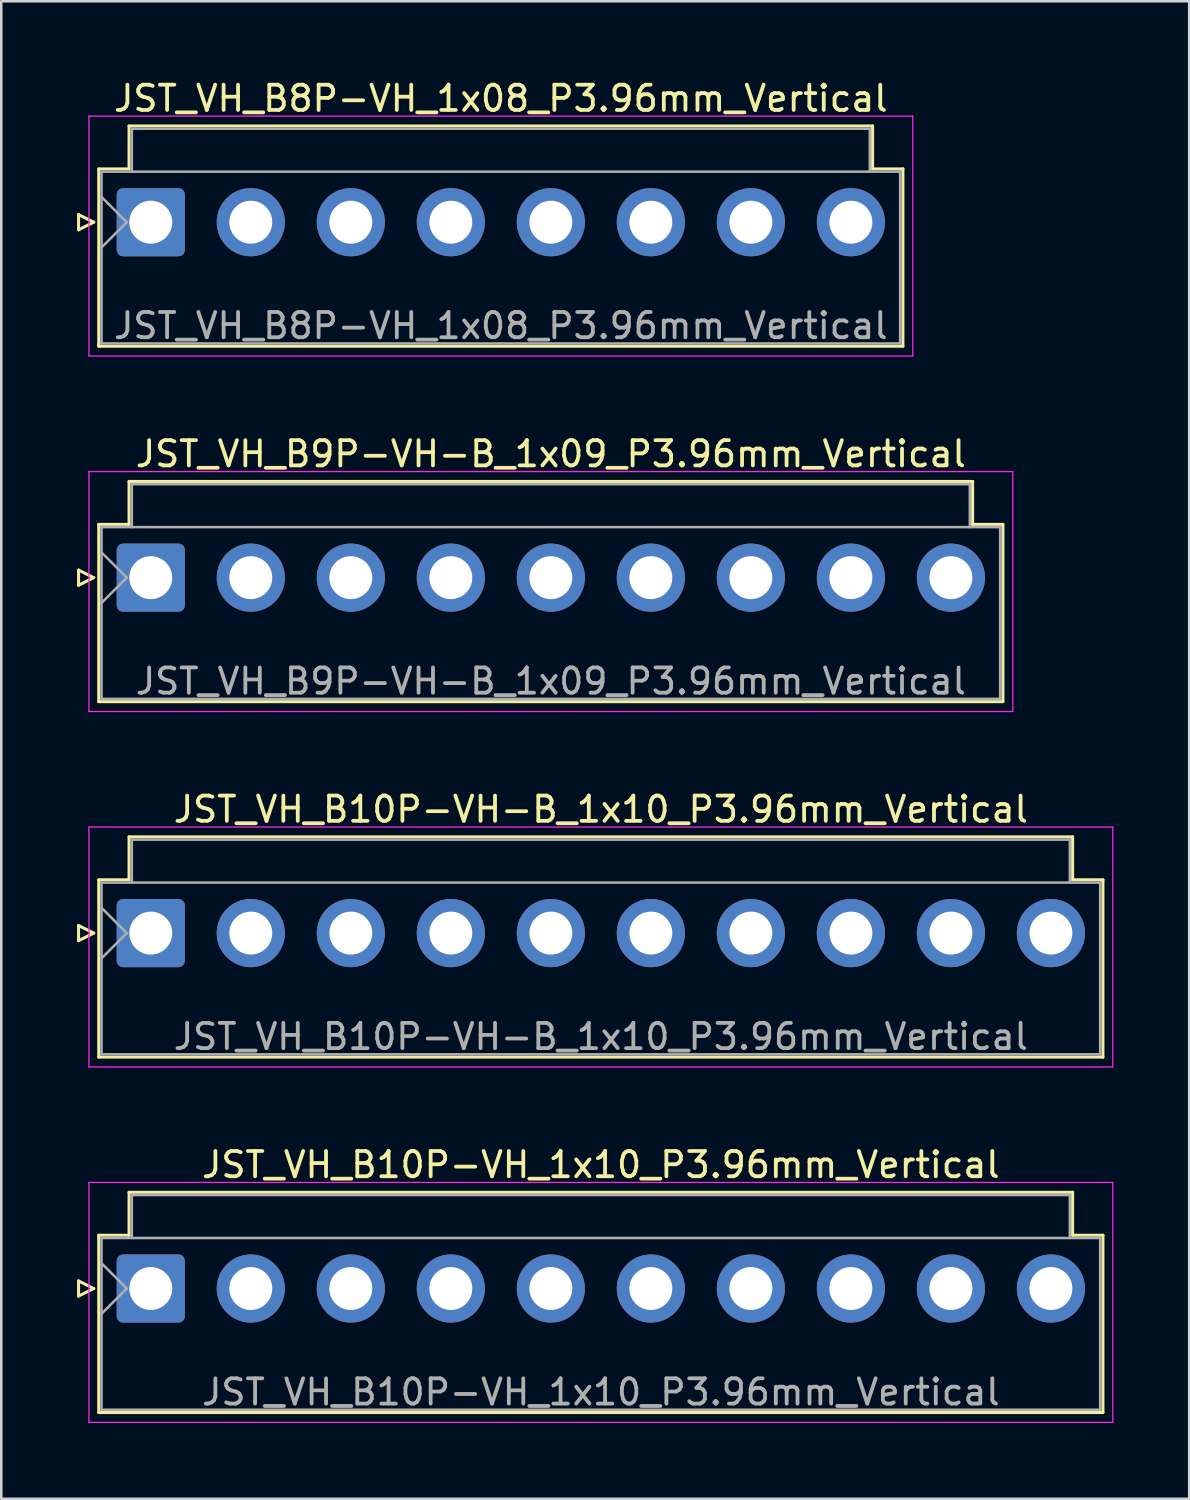
<source format=kicad_pcb>
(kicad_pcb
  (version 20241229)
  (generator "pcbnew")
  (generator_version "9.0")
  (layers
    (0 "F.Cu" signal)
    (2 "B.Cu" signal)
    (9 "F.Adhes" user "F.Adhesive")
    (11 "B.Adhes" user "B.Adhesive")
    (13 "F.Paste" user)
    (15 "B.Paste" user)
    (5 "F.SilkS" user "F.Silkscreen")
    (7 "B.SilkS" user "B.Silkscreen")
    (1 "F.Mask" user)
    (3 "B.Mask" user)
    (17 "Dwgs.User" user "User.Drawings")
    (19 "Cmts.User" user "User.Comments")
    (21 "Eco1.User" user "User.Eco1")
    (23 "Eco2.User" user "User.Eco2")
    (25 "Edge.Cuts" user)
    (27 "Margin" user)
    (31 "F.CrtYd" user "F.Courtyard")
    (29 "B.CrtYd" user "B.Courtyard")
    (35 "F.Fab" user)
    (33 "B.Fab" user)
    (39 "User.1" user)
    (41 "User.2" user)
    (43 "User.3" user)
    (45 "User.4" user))
  (footprint "JST_VH_B10P-VH_1x10_P3.96mm_Vertical"
    (layer "F.Cu")
    (at 2.92 47.968)
    (property "Reference" "JST_VH_B10P-VH_1x10_P3.96mm_Vertical" (at 17.82 -4.9 0) (layer "F.SilkS") (effects (font (size 1 1) (thickness 0.15))))
    (attr through_hole)
    (fp_line (start -2.86 -0.3) (end -2.26 0) (stroke (width 0.12) (type solid)) (layer "F.SilkS"))
    (fp_line (start -2.86 0.3) (end -2.86 -0.3) (stroke (width 0.12) (type solid)) (layer "F.SilkS"))
    (fp_line (start -2.26 0) (end -2.86 0.3) (stroke (width 0.12) (type solid)) (layer "F.SilkS"))
    (fp_line (start -2.06 -2.11) (end -0.86 -2.11) (stroke (width 0.12) (type solid)) (layer "F.SilkS"))
    (fp_line (start -2.06 4.91) (end -2.06 -2.11) (stroke (width 0.12) (type solid)) (layer "F.SilkS"))
    (fp_line (start -0.86 -3.81) (end 36.5 -3.81) (stroke (width 0.12) (type solid)) (layer "F.SilkS"))
    (fp_line (start -0.86 -2.11) (end -0.86 -3.81) (stroke (width 0.12) (type solid)) (layer "F.SilkS"))
    (fp_line (start 36.5 -3.81) (end 36.5 -2.11) (stroke (width 0.12) (type solid)) (layer "F.SilkS"))
    (fp_line (start 36.5 -2.11) (end 37.7 -2.11) (stroke (width 0.12) (type solid)) (layer "F.SilkS"))
    (fp_line (start 37.7 -2.11) (end 37.7 4.91) (stroke (width 0.12) (type solid)) (layer "F.SilkS"))
    (fp_line (start 37.7 4.91) (end -2.06 4.91) (stroke (width 0.12) (type solid)) (layer "F.SilkS"))
    (fp_line (start -2.45 -4.2) (end -2.45 5.3) (stroke (width 0.05) (type solid)) (layer "F.CrtYd"))
    (fp_line (start -2.45 5.3) (end 38.09 5.3) (stroke (width 0.05) (type solid)) (layer "F.CrtYd"))
    (fp_line (start 38.09 -4.2) (end -2.45 -4.2) (stroke (width 0.05) (type solid)) (layer "F.CrtYd"))
    (fp_line (start 38.09 5.3) (end 38.09 -4.2) (stroke (width 0.05) (type solid)) (layer "F.CrtYd"))
    (fp_line (start -1.95 -2) (end -1.95 4.8) (stroke (width 0.1) (type solid)) (layer "F.Fab"))
    (fp_line (start -1.95 -1) (end -0.95 0) (stroke (width 0.1) (type solid)) (layer "F.Fab"))
    (fp_line (start -1.95 1) (end -0.95 0) (stroke (width 0.1) (type solid)) (layer "F.Fab"))
    (fp_line (start -1.95 4.8) (end 37.59 4.8) (stroke (width 0.1) (type solid)) (layer "F.Fab"))
    (fp_line (start -0.75 -3.7) (end 36.39 -3.7) (stroke (width 0.1) (type solid)) (layer "F.Fab"))
    (fp_line (start -0.75 -2) (end -0.75 -3.7) (stroke (width 0.1) (type solid)) (layer "F.Fab"))
    (fp_line (start 36.39 -3.7) (end 36.39 -2) (stroke (width 0.1) (type solid)) (layer "F.Fab"))
    (fp_line (start 37.59 -2) (end -1.95 -2) (stroke (width 0.1) (type solid)) (layer "F.Fab"))
    (fp_line (start 37.59 4.8) (end 37.59 -2) (stroke (width 0.1) (type solid)) (layer "F.Fab"))
    (fp_text user "${REFERENCE}" (at 17.82 4.1 0) (layer "F.Fab") (effects (font (size 1 1) (thickness 0.15))))
    (pad "1" thru_hole roundrect (at 0 0) (size 2.7 2.7) (drill 1.7) (layers "*.Cu" "*.Mask") (roundrect_rratio 0.093))
    (pad "2" thru_hole circle (at 3.96 0) (size 2.7 2.7) (drill 1.7) (layers "*.Cu" "*.Mask"))
    (pad "3" thru_hole circle (at 7.92 0) (size 2.7 2.7) (drill 1.7) (layers "*.Cu" "*.Mask"))
    (pad "4" thru_hole circle (at 11.88 0) (size 2.7 2.7) (drill 1.7) (layers "*.Cu" "*.Mask"))
    (pad "5" thru_hole circle (at 15.84 0) (size 2.7 2.7) (drill 1.7) (layers "*.Cu" "*.Mask"))
    (pad "6" thru_hole circle (at 19.8 0) (size 2.7 2.7) (drill 1.7) (layers "*.Cu" "*.Mask"))
    (pad "7" thru_hole circle (at 23.76 0) (size 2.7 2.7) (drill 1.7) (layers "*.Cu" "*.Mask"))
    (pad "8" thru_hole circle (at 27.72 0) (size 2.7 2.7) (drill 1.7) (layers "*.Cu" "*.Mask"))
    (pad "9" thru_hole circle (at 31.68 0) (size 2.7 2.7) (drill 1.7) (layers "*.Cu" "*.Mask"))
    (pad "10" thru_hole circle (at 35.64 0) (size 2.7 2.7) (drill 1.7) (layers "*.Cu" "*.Mask")))
  (footprint "JST_VH_B9P-VH-B_1x09_P3.96mm_Vertical"
    (layer "F.Cu")
    (at 2.92 19.822)
    (property "Reference" "JST_VH_B9P-VH-B_1x09_P3.96mm_Vertical" (at 15.84 -4.9 0) (layer "F.SilkS") (effects (font (size 1 1) (thickness 0.15))))
    (attr through_hole)
    (fp_line (start -2.86 -0.3) (end -2.26 0) (stroke (width 0.12) (type solid)) (layer "F.SilkS"))
    (fp_line (start -2.86 0.3) (end -2.86 -0.3) (stroke (width 0.12) (type solid)) (layer "F.SilkS"))
    (fp_line (start -2.26 0) (end -2.86 0.3) (stroke (width 0.12) (type solid)) (layer "F.SilkS"))
    (fp_line (start -2.06 -2.11) (end -0.86 -2.11) (stroke (width 0.12) (type solid)) (layer "F.SilkS"))
    (fp_line (start -2.06 4.91) (end -2.06 -2.11) (stroke (width 0.12) (type solid)) (layer "F.SilkS"))
    (fp_line (start -0.86 -3.81) (end 32.54 -3.81) (stroke (width 0.12) (type solid)) (layer "F.SilkS"))
    (fp_line (start -0.86 -2.11) (end -0.86 -3.81) (stroke (width 0.12) (type solid)) (layer "F.SilkS"))
    (fp_line (start 32.54 -3.81) (end 32.54 -2.11) (stroke (width 0.12) (type solid)) (layer "F.SilkS"))
    (fp_line (start 32.54 -2.11) (end 33.74 -2.11) (stroke (width 0.12) (type solid)) (layer "F.SilkS"))
    (fp_line (start 33.74 -2.11) (end 33.74 4.91) (stroke (width 0.12) (type solid)) (layer "F.SilkS"))
    (fp_line (start 33.74 4.91) (end -2.06 4.91) (stroke (width 0.12) (type solid)) (layer "F.SilkS"))
    (fp_line (start -2.45 -4.2) (end -2.45 5.3) (stroke (width 0.05) (type solid)) (layer "F.CrtYd"))
    (fp_line (start -2.45 5.3) (end 34.13 5.3) (stroke (width 0.05) (type solid)) (layer "F.CrtYd"))
    (fp_line (start 34.13 -4.2) (end -2.45 -4.2) (stroke (width 0.05) (type solid)) (layer "F.CrtYd"))
    (fp_line (start 34.13 5.3) (end 34.13 -4.2) (stroke (width 0.05) (type solid)) (layer "F.CrtYd"))
    (fp_line (start -1.95 -2) (end -1.95 4.8) (stroke (width 0.1) (type solid)) (layer "F.Fab"))
    (fp_line (start -1.95 -1) (end -0.95 0) (stroke (width 0.1) (type solid)) (layer "F.Fab"))
    (fp_line (start -1.95 1) (end -0.95 0) (stroke (width 0.1) (type solid)) (layer "F.Fab"))
    (fp_line (start -1.95 4.8) (end 33.63 4.8) (stroke (width 0.1) (type solid)) (layer "F.Fab"))
    (fp_line (start -0.75 -3.7) (end 32.43 -3.7) (stroke (width 0.1) (type solid)) (layer "F.Fab"))
    (fp_line (start -0.75 -2) (end -0.75 -3.7) (stroke (width 0.1) (type solid)) (layer "F.Fab"))
    (fp_line (start 32.43 -3.7) (end 32.43 -2) (stroke (width 0.1) (type solid)) (layer "F.Fab"))
    (fp_line (start 33.63 -2) (end -1.95 -2) (stroke (width 0.1) (type solid)) (layer "F.Fab"))
    (fp_line (start 33.63 4.8) (end 33.63 -2) (stroke (width 0.1) (type solid)) (layer "F.Fab"))
    (fp_text user "${REFERENCE}" (at 15.84 4.1 0) (layer "F.Fab") (effects (font (size 1 1) (thickness 0.15))))
    (pad "1" thru_hole roundrect (at 0 0) (size 2.7 2.7) (drill 1.7) (layers "*.Cu" "*.Mask") (roundrect_rratio 0.093))
    (pad "2" thru_hole circle (at 3.96 0) (size 2.7 2.7) (drill 1.7) (layers "*.Cu" "*.Mask"))
    (pad "3" thru_hole circle (at 7.92 0) (size 2.7 2.7) (drill 1.7) (layers "*.Cu" "*.Mask"))
    (pad "4" thru_hole circle (at 11.88 0) (size 2.7 2.7) (drill 1.7) (layers "*.Cu" "*.Mask"))
    (pad "5" thru_hole circle (at 15.84 0) (size 2.7 2.7) (drill 1.7) (layers "*.Cu" "*.Mask"))
    (pad "6" thru_hole circle (at 19.8 0) (size 2.7 2.7) (drill 1.7) (layers "*.Cu" "*.Mask"))
    (pad "7" thru_hole circle (at 23.76 0) (size 2.7 2.7) (drill 1.7) (layers "*.Cu" "*.Mask"))
    (pad "8" thru_hole circle (at 27.72 0) (size 2.7 2.7) (drill 1.7) (layers "*.Cu" "*.Mask"))
    (pad "9" thru_hole circle (at 31.68 0) (size 2.7 2.7) (drill 1.7) (layers "*.Cu" "*.Mask")))
  (footprint "JST_VH_B10P-VH-B_1x10_P3.96mm_Vertical"
    (layer "F.Cu")
    (at 2.92 33.895)
    (property "Reference" "JST_VH_B10P-VH-B_1x10_P3.96mm_Vertical" (at 17.82 -4.9 0) (layer "F.SilkS") (effects (font (size 1 1) (thickness 0.15))))
    (attr through_hole)
    (fp_line (start -2.86 -0.3) (end -2.26 0) (stroke (width 0.12) (type solid)) (layer "F.SilkS"))
    (fp_line (start -2.86 0.3) (end -2.86 -0.3) (stroke (width 0.12) (type solid)) (layer "F.SilkS"))
    (fp_line (start -2.26 0) (end -2.86 0.3) (stroke (width 0.12) (type solid)) (layer "F.SilkS"))
    (fp_line (start -2.06 -2.11) (end -0.86 -2.11) (stroke (width 0.12) (type solid)) (layer "F.SilkS"))
    (fp_line (start -2.06 4.91) (end -2.06 -2.11) (stroke (width 0.12) (type solid)) (layer "F.SilkS"))
    (fp_line (start -0.86 -3.81) (end 36.5 -3.81) (stroke (width 0.12) (type solid)) (layer "F.SilkS"))
    (fp_line (start -0.86 -2.11) (end -0.86 -3.81) (stroke (width 0.12) (type solid)) (layer "F.SilkS"))
    (fp_line (start 36.5 -3.81) (end 36.5 -2.11) (stroke (width 0.12) (type solid)) (layer "F.SilkS"))
    (fp_line (start 36.5 -2.11) (end 37.7 -2.11) (stroke (width 0.12) (type solid)) (layer "F.SilkS"))
    (fp_line (start 37.7 -2.11) (end 37.7 4.91) (stroke (width 0.12) (type solid)) (layer "F.SilkS"))
    (fp_line (start 37.7 4.91) (end -2.06 4.91) (stroke (width 0.12) (type solid)) (layer "F.SilkS"))
    (fp_line (start -2.45 -4.2) (end -2.45 5.3) (stroke (width 0.05) (type solid)) (layer "F.CrtYd"))
    (fp_line (start -2.45 5.3) (end 38.09 5.3) (stroke (width 0.05) (type solid)) (layer "F.CrtYd"))
    (fp_line (start 38.09 -4.2) (end -2.45 -4.2) (stroke (width 0.05) (type solid)) (layer "F.CrtYd"))
    (fp_line (start 38.09 5.3) (end 38.09 -4.2) (stroke (width 0.05) (type solid)) (layer "F.CrtYd"))
    (fp_line (start -1.95 -2) (end -1.95 4.8) (stroke (width 0.1) (type solid)) (layer "F.Fab"))
    (fp_line (start -1.95 -1) (end -0.95 0) (stroke (width 0.1) (type solid)) (layer "F.Fab"))
    (fp_line (start -1.95 1) (end -0.95 0) (stroke (width 0.1) (type solid)) (layer "F.Fab"))
    (fp_line (start -1.95 4.8) (end 37.59 4.8) (stroke (width 0.1) (type solid)) (layer "F.Fab"))
    (fp_line (start -0.75 -3.7) (end 36.39 -3.7) (stroke (width 0.1) (type solid)) (layer "F.Fab"))
    (fp_line (start -0.75 -2) (end -0.75 -3.7) (stroke (width 0.1) (type solid)) (layer "F.Fab"))
    (fp_line (start 36.39 -3.7) (end 36.39 -2) (stroke (width 0.1) (type solid)) (layer "F.Fab"))
    (fp_line (start 37.59 -2) (end -1.95 -2) (stroke (width 0.1) (type solid)) (layer "F.Fab"))
    (fp_line (start 37.59 4.8) (end 37.59 -2) (stroke (width 0.1) (type solid)) (layer "F.Fab"))
    (fp_text user "${REFERENCE}" (at 17.82 4.1 0) (layer "F.Fab") (effects (font (size 1 1) (thickness 0.15))))
    (pad "1" thru_hole roundrect (at 0 0) (size 2.7 2.7) (drill 1.7) (layers "*.Cu" "*.Mask") (roundrect_rratio 0.093))
    (pad "2" thru_hole circle (at 3.96 0) (size 2.7 2.7) (drill 1.7) (layers "*.Cu" "*.Mask"))
    (pad "3" thru_hole circle (at 7.92 0) (size 2.7 2.7) (drill 1.7) (layers "*.Cu" "*.Mask"))
    (pad "4" thru_hole circle (at 11.88 0) (size 2.7 2.7) (drill 1.7) (layers "*.Cu" "*.Mask"))
    (pad "5" thru_hole circle (at 15.84 0) (size 2.7 2.7) (drill 1.7) (layers "*.Cu" "*.Mask"))
    (pad "6" thru_hole circle (at 19.8 0) (size 2.7 2.7) (drill 1.7) (layers "*.Cu" "*.Mask"))
    (pad "7" thru_hole circle (at 23.76 0) (size 2.7 2.7) (drill 1.7) (layers "*.Cu" "*.Mask"))
    (pad "8" thru_hole circle (at 27.72 0) (size 2.7 2.7) (drill 1.7) (layers "*.Cu" "*.Mask"))
    (pad "9" thru_hole circle (at 31.68 0) (size 2.7 2.7) (drill 1.7) (layers "*.Cu" "*.Mask"))
    (pad "10" thru_hole circle (at 35.64 0) (size 2.7 2.7) (drill 1.7) (layers "*.Cu" "*.Mask")))
  (footprint "JST_VH_B8P-VH_1x08_P3.96mm_Vertical"
    (layer "F.Cu")
    (at 2.92 5.748)
    (property "Reference" "JST_VH_B8P-VH_1x08_P3.96mm_Vertical" (at 13.86 -4.9 0) (layer "F.SilkS") (effects (font (size 1 1) (thickness 0.15))))
    (attr through_hole)
    (fp_line (start -2.86 -0.3) (end -2.26 0) (stroke (width 0.12) (type solid)) (layer "F.SilkS"))
    (fp_line (start -2.86 0.3) (end -2.86 -0.3) (stroke (width 0.12) (type solid)) (layer "F.SilkS"))
    (fp_line (start -2.26 0) (end -2.86 0.3) (stroke (width 0.12) (type solid)) (layer "F.SilkS"))
    (fp_line (start -2.06 -2.11) (end -0.86 -2.11) (stroke (width 0.12) (type solid)) (layer "F.SilkS"))
    (fp_line (start -2.06 4.91) (end -2.06 -2.11) (stroke (width 0.12) (type solid)) (layer "F.SilkS"))
    (fp_line (start -0.86 -3.81) (end 28.58 -3.81) (stroke (width 0.12) (type solid)) (layer "F.SilkS"))
    (fp_line (start -0.86 -2.11) (end -0.86 -3.81) (stroke (width 0.12) (type solid)) (layer "F.SilkS"))
    (fp_line (start 28.58 -3.81) (end 28.58 -2.11) (stroke (width 0.12) (type solid)) (layer "F.SilkS"))
    (fp_line (start 28.58 -2.11) (end 29.78 -2.11) (stroke (width 0.12) (type solid)) (layer "F.SilkS"))
    (fp_line (start 29.78 -2.11) (end 29.78 4.91) (stroke (width 0.12) (type solid)) (layer "F.SilkS"))
    (fp_line (start 29.78 4.91) (end -2.06 4.91) (stroke (width 0.12) (type solid)) (layer "F.SilkS"))
    (fp_line (start -2.45 -4.2) (end -2.45 5.3) (stroke (width 0.05) (type solid)) (layer "F.CrtYd"))
    (fp_line (start -2.45 5.3) (end 30.17 5.3) (stroke (width 0.05) (type solid)) (layer "F.CrtYd"))
    (fp_line (start 30.17 -4.2) (end -2.45 -4.2) (stroke (width 0.05) (type solid)) (layer "F.CrtYd"))
    (fp_line (start 30.17 5.3) (end 30.17 -4.2) (stroke (width 0.05) (type solid)) (layer "F.CrtYd"))
    (fp_line (start -1.95 -2) (end -1.95 4.8) (stroke (width 0.1) (type solid)) (layer "F.Fab"))
    (fp_line (start -1.95 -1) (end -0.95 0) (stroke (width 0.1) (type solid)) (layer "F.Fab"))
    (fp_line (start -1.95 1) (end -0.95 0) (stroke (width 0.1) (type solid)) (layer "F.Fab"))
    (fp_line (start -1.95 4.8) (end 29.67 4.8) (stroke (width 0.1) (type solid)) (layer "F.Fab"))
    (fp_line (start -0.75 -3.7) (end 28.47 -3.7) (stroke (width 0.1) (type solid)) (layer "F.Fab"))
    (fp_line (start -0.75 -2) (end -0.75 -3.7) (stroke (width 0.1) (type solid)) (layer "F.Fab"))
    (fp_line (start 28.47 -3.7) (end 28.47 -2) (stroke (width 0.1) (type solid)) (layer "F.Fab"))
    (fp_line (start 29.67 -2) (end -1.95 -2) (stroke (width 0.1) (type solid)) (layer "F.Fab"))
    (fp_line (start 29.67 4.8) (end 29.67 -2) (stroke (width 0.1) (type solid)) (layer "F.Fab"))
    (fp_text user "${REFERENCE}" (at 13.86 4.1 0) (layer "F.Fab") (effects (font (size 1 1) (thickness 0.15))))
    (pad "1" thru_hole roundrect (at 0 0) (size 2.7 2.7) (drill 1.7) (layers "*.Cu" "*.Mask") (roundrect_rratio 0.093))
    (pad "2" thru_hole circle (at 3.96 0) (size 2.7 2.7) (drill 1.7) (layers "*.Cu" "*.Mask"))
    (pad "3" thru_hole circle (at 7.92 0) (size 2.7 2.7) (drill 1.7) (layers "*.Cu" "*.Mask"))
    (pad "4" thru_hole circle (at 11.88 0) (size 2.7 2.7) (drill 1.7) (layers "*.Cu" "*.Mask"))
    (pad "5" thru_hole circle (at 15.84 0) (size 2.7 2.7) (drill 1.7) (layers "*.Cu" "*.Mask"))
    (pad "6" thru_hole circle (at 19.8 0) (size 2.7 2.7) (drill 1.7) (layers "*.Cu" "*.Mask"))
    (pad "7" thru_hole circle (at 23.76 0) (size 2.7 2.7) (drill 1.7) (layers "*.Cu" "*.Mask"))
    (pad "8" thru_hole circle (at 27.72 0) (size 2.7 2.7) (drill 1.7) (layers "*.Cu" "*.Mask")))
  (gr_rect
    (start -3 -3)
    (end 44.035 56.293)
    (stroke (width 0.1) (type default))
    (fill no)
    (layer "Edge.Cuts")))
</source>
